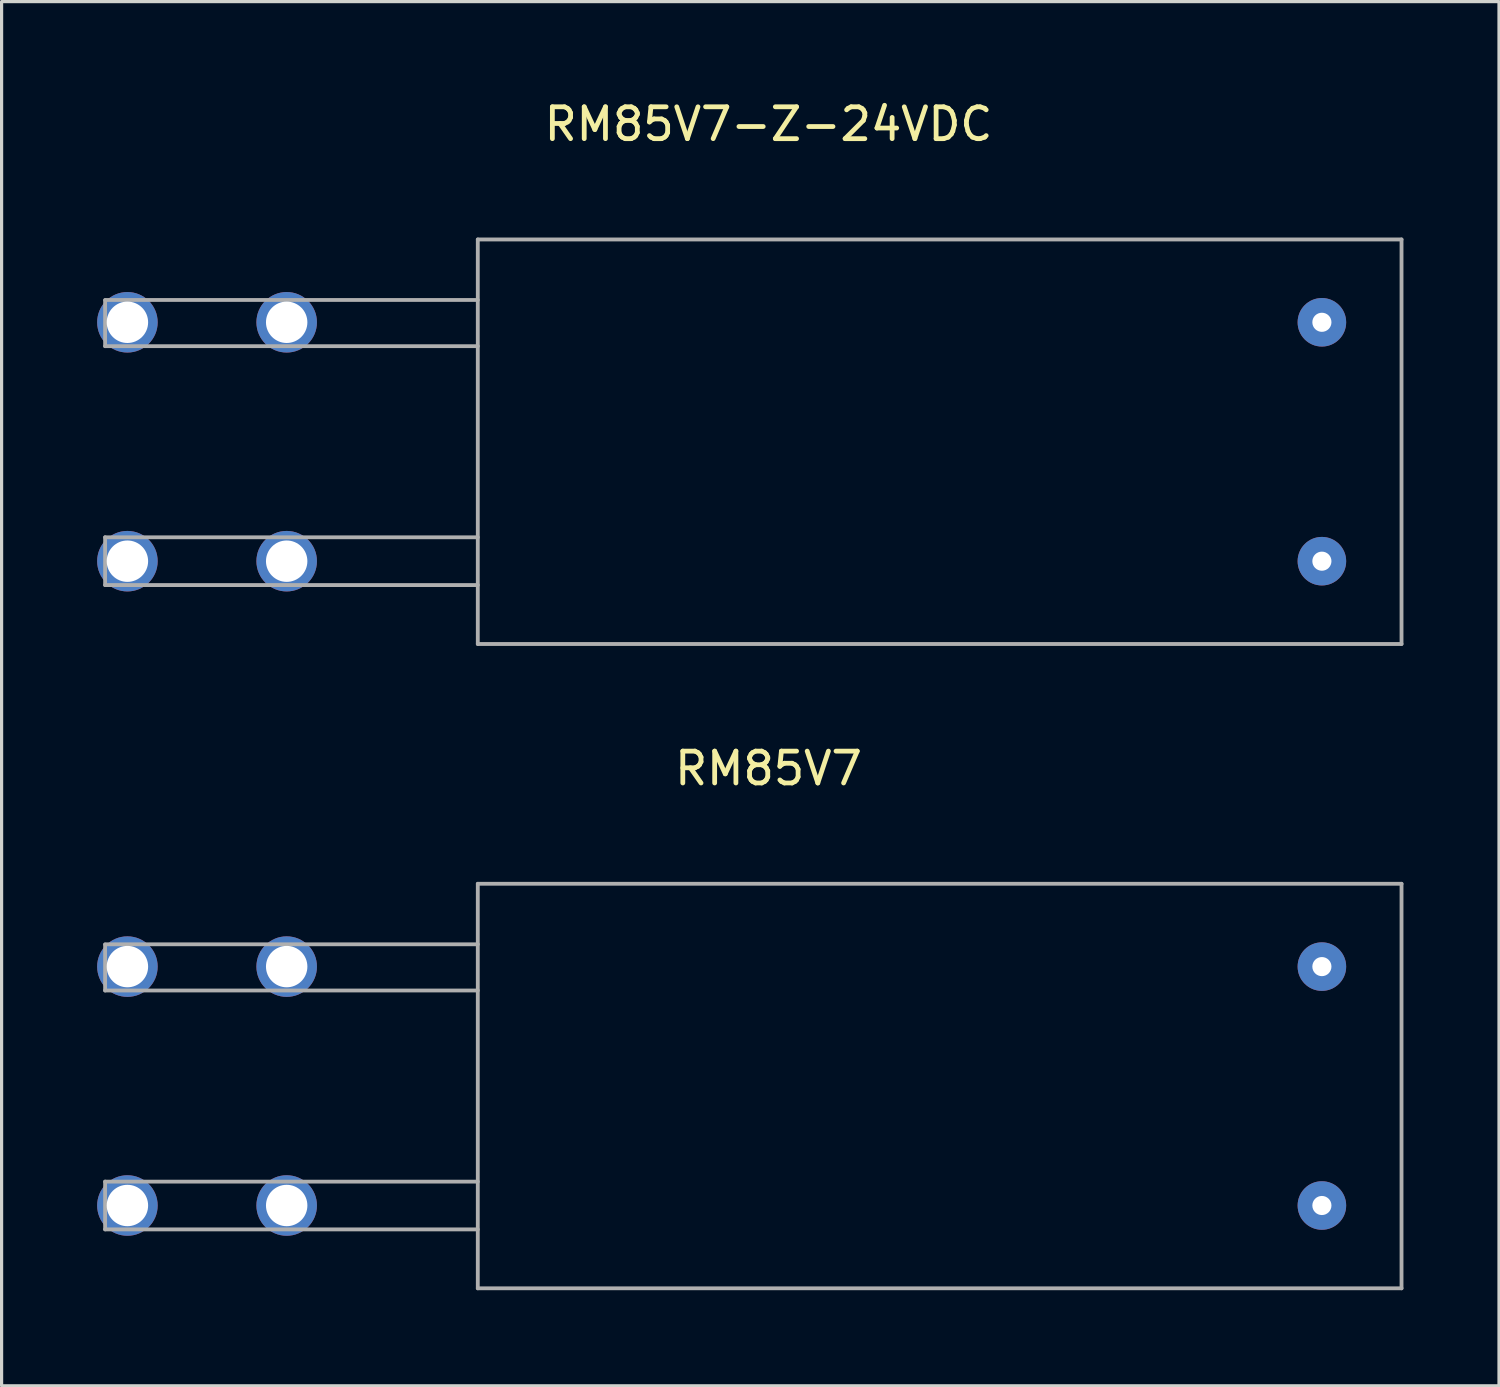
<source format=kicad_pcb>
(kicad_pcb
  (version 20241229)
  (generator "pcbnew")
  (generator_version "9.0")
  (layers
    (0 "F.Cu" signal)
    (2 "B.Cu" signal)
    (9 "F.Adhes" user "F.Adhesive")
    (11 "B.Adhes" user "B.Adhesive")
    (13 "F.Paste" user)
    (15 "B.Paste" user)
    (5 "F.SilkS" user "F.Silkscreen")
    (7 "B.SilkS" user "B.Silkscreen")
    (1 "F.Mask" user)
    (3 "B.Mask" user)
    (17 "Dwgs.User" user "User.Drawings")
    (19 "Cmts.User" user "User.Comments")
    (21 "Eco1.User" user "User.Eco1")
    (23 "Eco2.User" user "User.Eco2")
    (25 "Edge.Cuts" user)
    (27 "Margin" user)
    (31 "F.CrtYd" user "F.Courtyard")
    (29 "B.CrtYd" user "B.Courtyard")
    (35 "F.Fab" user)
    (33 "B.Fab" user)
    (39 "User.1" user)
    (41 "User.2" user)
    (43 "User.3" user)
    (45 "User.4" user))
  (footprint "RM85V7-Z-24VDC"
    (layer "F.Cu")
    (at 20.95 10.818)
    (property "Reference" "RM85V7-Z-24VDC" (at 0.127 -9.97 0) (layer "F.SilkS") (effects (font (size 1 1) (thickness 0.15))))
    (attr through_hole)
    (fp_line (start -20.7 -4.44) (end -20.7 -3) (stroke (width 0.12) (type solid)) (layer "F.Fab"))
    (fp_line (start -20.7 3) (end -20.7 4.5) (stroke (width 0.12) (type solid)) (layer "F.Fab"))
    (fp_line (start -9 -6.35) (end -9 6.35) (stroke (width 0.12) (type solid)) (layer "F.Fab"))
    (fp_line (start -9 -6.35) (end 20 -6.35) (stroke (width 0.12) (type solid)) (layer "F.Fab"))
    (fp_line (start -9 -4.45) (end -20.7 -4.45) (stroke (width 0.12) (type solid)) (layer "F.Fab"))
    (fp_line (start -9 -3) (end -20.7 -3) (stroke (width 0.12) (type solid)) (layer "F.Fab"))
    (fp_line (start -9 3) (end -20.7 3) (stroke (width 0.12) (type solid)) (layer "F.Fab"))
    (fp_line (start -9 4.5) (end -20.7 4.5) (stroke (width 0.12) (type solid)) (layer "F.Fab"))
    (fp_line (start -9 6.35) (end 20 6.35) (stroke (width 0.12) (type solid)) (layer "F.Fab"))
    (fp_line (start 20 -6.35) (end 20 6.35) (stroke (width 0.12) (type solid)) (layer "F.Fab"))
    (pad "1" thru_hole circle (at 17.5 3.75) (size 1.524 1.524) (drill 0.6) (layers "*.Cu" "*.Mask"))
    (pad "2" thru_hole circle (at 17.5 -3.75) (size 1.524 1.524) (drill 0.6) (layers "*.Cu" "*.Mask"))
    (pad "3" thru_hole circle (at -15 3.75) (size 1.9 1.9) (drill 1.3) (layers "*.Cu" "*.Mask"))
    (pad "4" thru_hole circle (at -15 -3.75) (size 1.9 1.9) (drill 1.3) (layers "*.Cu" "*.Mask"))
    (pad "5" thru_hole circle (at -20 3.75) (size 1.9 1.9) (drill 1.3) (layers "*.Cu" "*.Mask"))
    (pad "6" thru_hole circle (at -20 -3.75) (size 1.9 1.9) (drill 1.3) (layers "*.Cu" "*.Mask")))
  (footprint "RM85V7"
    (layer "F.Cu")
    (at 20.95 31.046)
    (property "Reference" "RM85V7" (at 0.127 -9.97 0) (layer "F.SilkS") (effects (font (size 1 1) (thickness 0.15))))
    (attr through_hole)
    (fp_line (start -20.7 -4.44) (end -20.7 -3) (stroke (width 0.12) (type solid)) (layer "F.Fab"))
    (fp_line (start -20.7 3) (end -20.7 4.5) (stroke (width 0.12) (type solid)) (layer "F.Fab"))
    (fp_line (start -9 -6.35) (end -9 6.35) (stroke (width 0.12) (type solid)) (layer "F.Fab"))
    (fp_line (start -9 -6.35) (end 20 -6.35) (stroke (width 0.12) (type solid)) (layer "F.Fab"))
    (fp_line (start -9 -4.45) (end -20.7 -4.45) (stroke (width 0.12) (type solid)) (layer "F.Fab"))
    (fp_line (start -9 -3) (end -20.7 -3) (stroke (width 0.12) (type solid)) (layer "F.Fab"))
    (fp_line (start -9 3) (end -20.7 3) (stroke (width 0.12) (type solid)) (layer "F.Fab"))
    (fp_line (start -9 4.5) (end -20.7 4.5) (stroke (width 0.12) (type solid)) (layer "F.Fab"))
    (fp_line (start -9 6.35) (end 20 6.35) (stroke (width 0.12) (type solid)) (layer "F.Fab"))
    (fp_line (start 20 -6.35) (end 20 6.35) (stroke (width 0.12) (type solid)) (layer "F.Fab"))
    (pad "1" thru_hole circle (at 17.5 3.75) (size 1.524 1.524) (drill 0.6) (layers "*.Cu" "*.Mask"))
    (pad "2" thru_hole circle (at 17.5 -3.75) (size 1.524 1.524) (drill 0.6) (layers "*.Cu" "*.Mask"))
    (pad "3" thru_hole circle (at -15 3.75) (size 1.9 1.9) (drill 1.3) (layers "*.Cu" "*.Mask"))
    (pad "4" thru_hole circle (at -15 -3.75) (size 1.9 1.9) (drill 1.3) (layers "*.Cu" "*.Mask"))
    (pad "5" thru_hole circle (at -20 3.75) (size 1.9 1.9) (drill 1.3) (layers "*.Cu" "*.Mask"))
    (pad "6" thru_hole circle (at -20 -3.75) (size 1.9 1.9) (drill 1.3) (layers "*.Cu" "*.Mask")))
  (gr_rect
    (start -3 -3)
    (end 44.01 40.456)
    (stroke (width 0.1) (type default))
    (fill no)
    (layer "Edge.Cuts")))
</source>
